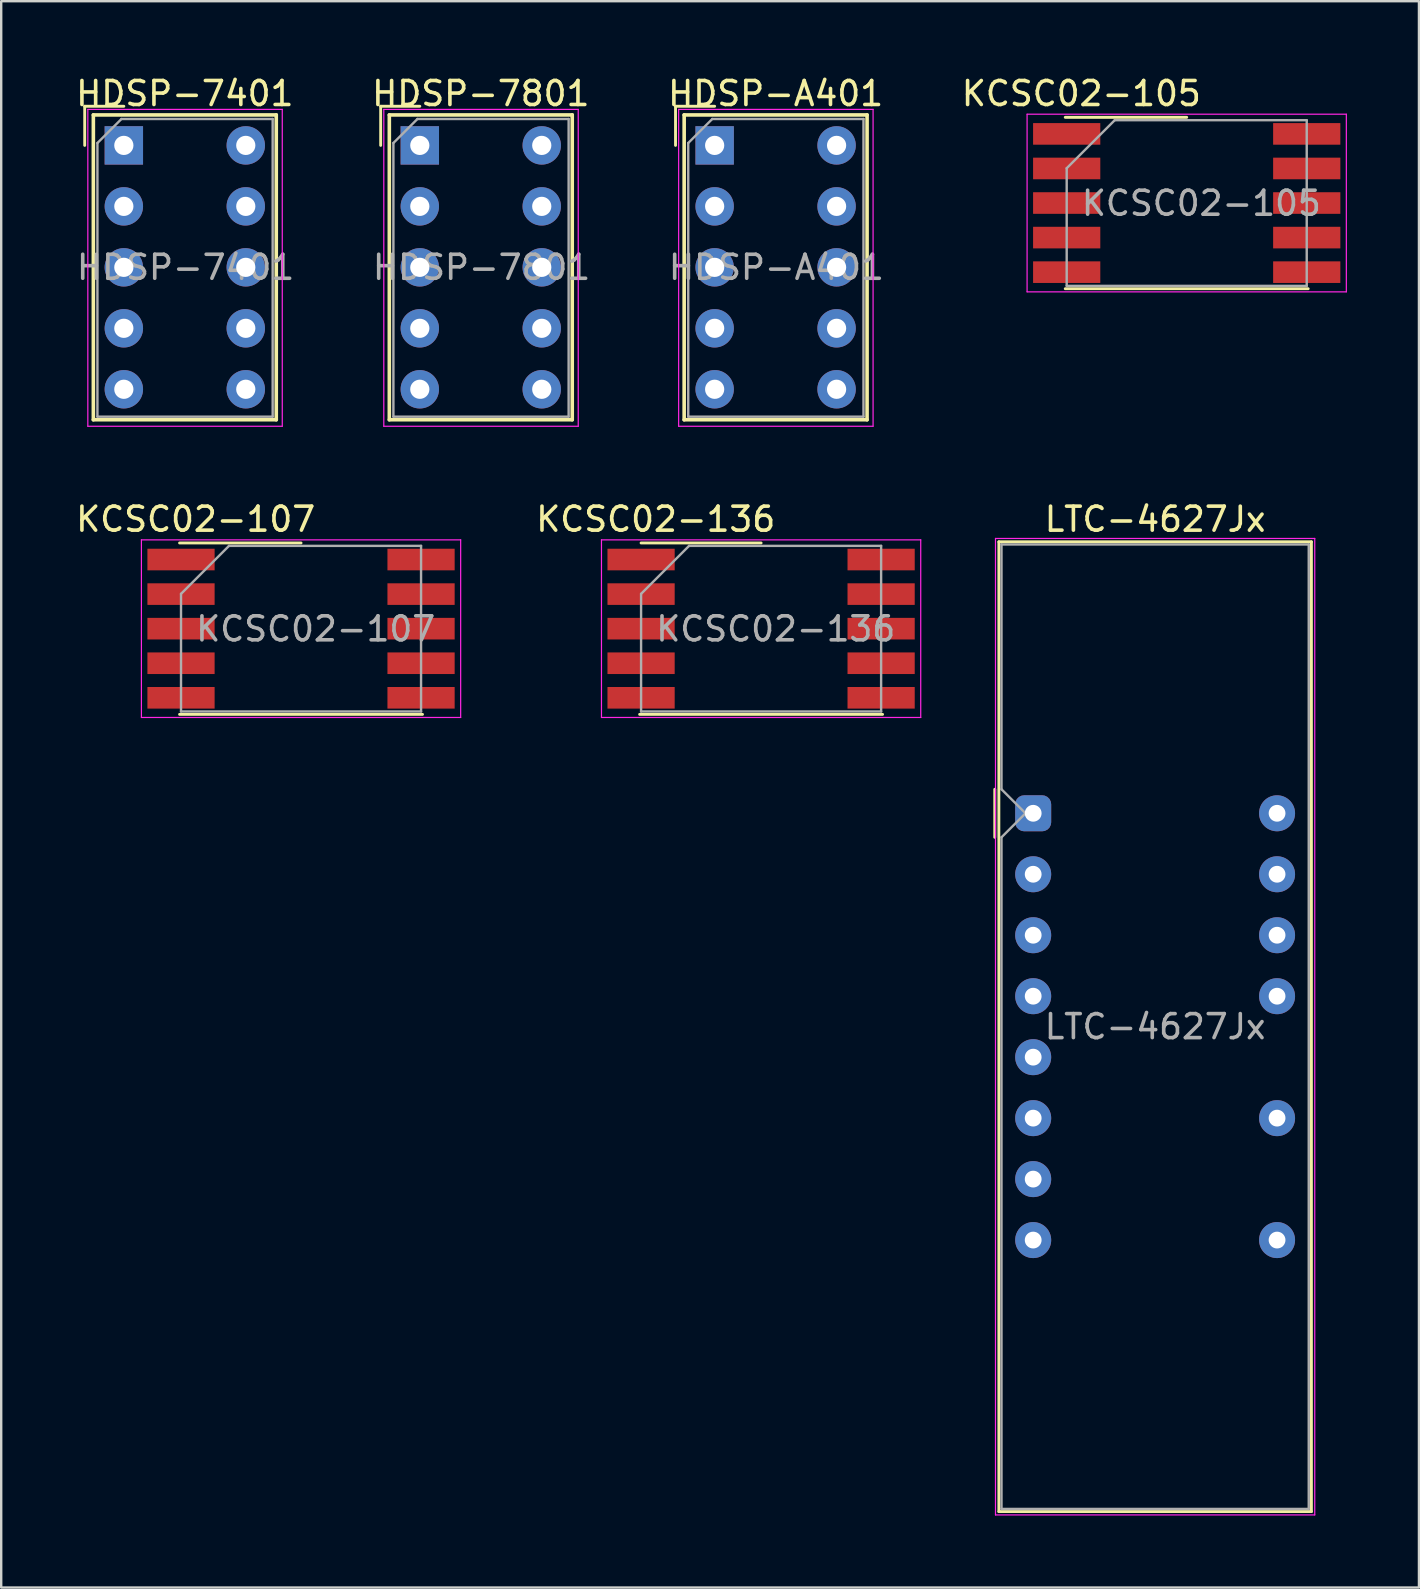
<source format=kicad_pcb>
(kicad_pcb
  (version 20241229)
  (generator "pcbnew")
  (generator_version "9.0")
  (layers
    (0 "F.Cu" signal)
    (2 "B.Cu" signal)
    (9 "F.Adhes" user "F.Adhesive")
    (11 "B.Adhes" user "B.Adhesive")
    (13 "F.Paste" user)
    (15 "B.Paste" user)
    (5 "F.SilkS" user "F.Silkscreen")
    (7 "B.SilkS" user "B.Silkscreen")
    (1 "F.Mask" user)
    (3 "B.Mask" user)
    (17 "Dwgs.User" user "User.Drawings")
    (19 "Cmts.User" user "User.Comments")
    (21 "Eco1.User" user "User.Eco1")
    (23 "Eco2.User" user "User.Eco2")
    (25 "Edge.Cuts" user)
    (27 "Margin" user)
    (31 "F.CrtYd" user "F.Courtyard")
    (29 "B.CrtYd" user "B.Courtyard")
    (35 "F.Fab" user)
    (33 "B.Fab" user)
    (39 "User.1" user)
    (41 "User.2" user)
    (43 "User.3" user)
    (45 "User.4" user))
  (footprint "HDSP-A401"
    (layer "F.Cu")
    (at 26.722 3.007)
    (property "Reference" "HDSP-A401" (at 2.54 -2.159 0) (layer "F.SilkS") (effects (font (size 1 1) (thickness 0.15))))
    (attr through_hole)
    (fp_line (start -1.63 -1.63) (end 0 -1.63) (stroke (width 0.12) (type solid)) (layer "F.SilkS"))
    (fp_line (start -1.63 0) (end -1.63 -1.63) (stroke (width 0.12) (type solid)) (layer "F.SilkS"))
    (fp_line (start -1.27 -1.27) (end -1.27 11.43) (stroke (width 0.15) (type solid)) (layer "F.SilkS"))
    (fp_line (start -1.27 11.43) (end 6.35 11.43) (stroke (width 0.15) (type solid)) (layer "F.SilkS"))
    (fp_line (start 6.35 -1.27) (end -1.27 -1.27) (stroke (width 0.15) (type solid)) (layer "F.SilkS"))
    (fp_line (start 6.35 11.43) (end 6.35 -1.27) (stroke (width 0.15) (type solid)) (layer "F.SilkS"))
    (fp_line (start -1.5 -1.5) (end 6.6 -1.5) (stroke (width 0.05) (type solid)) (layer "F.CrtYd"))
    (fp_line (start -1.5 11.7) (end -1.5 -1.5) (stroke (width 0.05) (type solid)) (layer "F.CrtYd"))
    (fp_line (start 6.6 -1.5) (end 6.6 11.7) (stroke (width 0.05) (type solid)) (layer "F.CrtYd"))
    (fp_line (start 6.6 11.7) (end -1.5 11.7) (stroke (width 0.05) (type solid)) (layer "F.CrtYd"))
    (fp_line (start -1.1 -0.1) (end -0.1 -1.1) (stroke (width 0.1) (type solid)) (layer "F.Fab"))
    (fp_line (start -1.1 11.3) (end -1.1 -0.1) (stroke (width 0.1) (type solid)) (layer "F.Fab"))
    (fp_line (start -0.1 -1.1) (end 6.2 -1.1) (stroke (width 0.1) (type solid)) (layer "F.Fab"))
    (fp_line (start 6.2 -1.1) (end 6.2 11.3) (stroke (width 0.1) (type solid)) (layer "F.Fab"))
    (fp_line (start 6.2 11.3) (end -1.1 11.3) (stroke (width 0.1) (type solid)) (layer "F.Fab"))
    (fp_text user "${REFERENCE}" (at 2.573 5.08 0) (layer "F.Fab") (effects (font (size 1 1) (thickness 0.15))))
    (pad "1" thru_hole rect (at 0 0) (size 1.6 1.6) (drill 0.8) (layers "*.Cu" "*.Mask"))
    (pad "2" thru_hole circle (at 0 2.54) (size 1.6 1.6) (drill 0.8) (layers "*.Cu" "*.Mask"))
    (pad "3" thru_hole circle (at 0 5.08) (size 1.6 1.6) (drill 0.8) (layers "*.Cu" "*.Mask"))
    (pad "4" thru_hole circle (at 0 7.62) (size 1.6 1.6) (drill 0.8) (layers "*.Cu" "*.Mask"))
    (pad "5" thru_hole circle (at 0 10.16) (size 1.6 1.6) (drill 0.8) (layers "*.Cu" "*.Mask"))
    (pad "6" thru_hole circle (at 5.08 10.16) (size 1.6 1.6) (drill 0.8) (layers "*.Cu" "*.Mask"))
    (pad "7" thru_hole circle (at 5.08 7.62) (size 1.6 1.6) (drill 0.8) (layers "*.Cu" "*.Mask"))
    (pad "8" thru_hole circle (at 5.08 5.08) (size 1.6 1.6) (drill 0.8) (layers "*.Cu" "*.Mask"))
    (pad "9" thru_hole circle (at 5.08 2.54) (size 1.6 1.6) (drill 0.8) (layers "*.Cu" "*.Mask"))
    (pad "10" thru_hole circle (at 5.08 0) (size 1.6 1.6) (drill 0.8) (layers "*.Cu" "*.Mask")))
  (footprint "KCSC02-136"
    (layer "F.Cu")
    (at 28.657 23.14)
    (property "Reference" "KCSC02-136" (at -4.39 -4.56 0) (layer "F.SilkS") (effects (font (size 1 1) (thickness 0.15))))
    (attr smd)
    (fp_line (start -5 -3.57) (end 0 -3.57) (stroke (width 0.12) (type solid)) (layer "F.SilkS"))
    (fp_line (start 5.06 3.57) (end -5.06 3.57) (stroke (width 0.12) (type solid)) (layer "F.SilkS"))
    (fp_line (start -6.65 -3.7) (end -6.65 3.7) (stroke (width 0.05) (type solid)) (layer "F.CrtYd"))
    (fp_line (start -6.65 -3.7) (end 6.65 -3.7) (stroke (width 0.05) (type solid)) (layer "F.CrtYd"))
    (fp_line (start 6.65 -3.7) (end 6.65 3.7) (stroke (width 0.05) (type solid)) (layer "F.CrtYd"))
    (fp_line (start 6.65 3.7) (end -6.65 3.7) (stroke (width 0.05) (type solid)) (layer "F.CrtYd"))
    (fp_line (start -5 -1.45) (end -3 -3.45) (stroke (width 0.1) (type solid)) (layer "F.Fab"))
    (fp_line (start -5 3.45) (end -5 -1.45) (stroke (width 0.1) (type solid)) (layer "F.Fab"))
    (fp_line (start -3 -3.45) (end 5 -3.45) (stroke (width 0.1) (type solid)) (layer "F.Fab"))
    (fp_line (start 5 -3.45) (end 5 3.45) (stroke (width 0.1) (type solid)) (layer "F.Fab"))
    (fp_line (start 5 3.45) (end -5 3.45) (stroke (width 0.1) (type solid)) (layer "F.Fab"))
    (fp_text user "${REFERENCE}" (at 0.61 0.01 0) (layer "F.Fab") (effects (font (size 1 1) (thickness 0.15))))
    (pad "1" smd rect (at -5 -2.88) (size 2.8 0.9) (layers "F.Cu" "F.Mask" "F.Paste"))
    (pad "2" smd rect (at -5 -1.44) (size 2.8 0.9) (layers "F.Cu" "F.Mask" "F.Paste"))
    (pad "3" smd rect (at -5 0) (size 2.8 0.9) (layers "F.Cu" "F.Mask" "F.Paste"))
    (pad "4" smd rect (at -5 1.44) (size 2.8 0.9) (layers "F.Cu" "F.Mask" "F.Paste"))
    (pad "5" smd rect (at -5 2.88) (size 2.8 0.9) (layers "F.Cu" "F.Mask" "F.Paste"))
    (pad "6" smd rect (at 5 2.88) (size 2.8 0.9) (layers "F.Cu" "F.Mask" "F.Paste"))
    (pad "7" smd rect (at 5 1.44) (size 2.8 0.9) (layers "F.Cu" "F.Mask" "F.Paste"))
    (pad "8" smd rect (at 5 0) (size 2.8 0.9) (layers "F.Cu" "F.Mask" "F.Paste"))
    (pad "9" smd rect (at 5 -1.44) (size 2.8 0.9) (layers "F.Cu" "F.Mask" "F.Paste"))
    (pad "10" smd rect (at 5 -2.88) (size 2.8 0.9) (layers "F.Cu" "F.Mask" "F.Paste")))
  (footprint "KCSC02-105"
    (layer "F.Cu")
    (at 46.388 5.408)
    (property "Reference" "KCSC02-105" (at -4.39 -4.56 0) (layer "F.SilkS") (effects (font (size 1 1) (thickness 0.15))))
    (attr smd)
    (fp_line (start -5.06 -3.57) (end 0 -3.57) (stroke (width 0.12) (type solid)) (layer "F.SilkS"))
    (fp_line (start 5.06 3.57) (end -5.06 3.57) (stroke (width 0.12) (type solid)) (layer "F.SilkS"))
    (fp_line (start -6.65 -3.7) (end -6.65 3.7) (stroke (width 0.05) (type solid)) (layer "F.CrtYd"))
    (fp_line (start -6.65 -3.7) (end 6.65 -3.7) (stroke (width 0.05) (type solid)) (layer "F.CrtYd"))
    (fp_line (start 6.65 -3.7) (end 6.65 3.7) (stroke (width 0.05) (type solid)) (layer "F.CrtYd"))
    (fp_line (start 6.65 3.7) (end -6.65 3.7) (stroke (width 0.05) (type solid)) (layer "F.CrtYd"))
    (fp_line (start -5 -1.45) (end -3 -3.45) (stroke (width 0.1) (type solid)) (layer "F.Fab"))
    (fp_line (start -5 3.45) (end -5 -1.45) (stroke (width 0.1) (type solid)) (layer "F.Fab"))
    (fp_line (start -3 -3.45) (end 5 -3.45) (stroke (width 0.1) (type solid)) (layer "F.Fab"))
    (fp_line (start 5 -3.45) (end 5 3.45) (stroke (width 0.1) (type solid)) (layer "F.Fab"))
    (fp_line (start 5 3.45) (end -5 3.45) (stroke (width 0.1) (type solid)) (layer "F.Fab"))
    (fp_text user "${REFERENCE}" (at 0.61 0.01 0) (layer "F.Fab") (effects (font (size 1 1) (thickness 0.15))))
    (pad "1" smd rect (at -5 -2.88) (size 2.8 0.9) (layers "F.Cu" "F.Mask" "F.Paste"))
    (pad "2" smd rect (at -5 -1.44) (size 2.8 0.9) (layers "F.Cu" "F.Mask" "F.Paste"))
    (pad "3" smd rect (at -5 0) (size 2.8 0.9) (layers "F.Cu" "F.Mask" "F.Paste"))
    (pad "4" smd rect (at -5 1.44) (size 2.8 0.9) (layers "F.Cu" "F.Mask" "F.Paste"))
    (pad "5" smd rect (at -5 2.88) (size 2.8 0.9) (layers "F.Cu" "F.Mask" "F.Paste"))
    (pad "6" smd rect (at 5 2.88) (size 2.8 0.9) (layers "F.Cu" "F.Mask" "F.Paste"))
    (pad "7" smd rect (at 5 1.44) (size 2.8 0.9) (layers "F.Cu" "F.Mask" "F.Paste"))
    (pad "8" smd rect (at 5 0) (size 2.8 0.9) (layers "F.Cu" "F.Mask" "F.Paste"))
    (pad "9" smd rect (at 5 -1.44) (size 2.8 0.9) (layers "F.Cu" "F.Mask" "F.Paste"))
    (pad "10" smd rect (at 5 -2.88) (size 2.8 0.9) (layers "F.Cu" "F.Mask" "F.Paste")))
  (footprint "LTC-4627Jx"
    (layer "F.Cu")
    (at 39.992 30.831)
    (property "Reference" "LTC-4627Jx" (at 5.08 -12.25 0) (layer "F.SilkS") (effects (font (size 1 1) (thickness 0.15))))
    (attr through_hole)
    (fp_line (start -1.6 -1) (end -1.6 1) (stroke (width 0.12) (type solid)) (layer "F.SilkS"))
    (fp_line (start -1.43 -11.31) (end -1.43 29.09) (stroke (width 0.12) (type solid)) (layer "F.SilkS"))
    (fp_line (start -1.43 -11.31) (end 11.59 -11.31) (stroke (width 0.12) (type solid)) (layer "F.SilkS"))
    (fp_line (start -1.43 29.09) (end 11.59 29.09) (stroke (width 0.12) (type solid)) (layer "F.SilkS"))
    (fp_line (start 11.59 -11.31) (end 11.59 29.09) (stroke (width 0.12) (type solid)) (layer "F.SilkS"))
    (fp_line (start -1.57 -11.45) (end -1.57 29.23) (stroke (width 0.05) (type solid)) (layer "F.CrtYd"))
    (fp_line (start -1.57 -11.45) (end 11.73 -11.45) (stroke (width 0.05) (type solid)) (layer "F.CrtYd"))
    (fp_line (start -1.57 29.23) (end 11.73 29.23) (stroke (width 0.05) (type solid)) (layer "F.CrtYd"))
    (fp_line (start 11.73 -11.45) (end 11.73 29.23) (stroke (width 0.05) (type solid)) (layer "F.CrtYd"))
    (fp_line (start -1.32 -11.2) (end -1.32 -1) (stroke (width 0.1) (type solid)) (layer "F.Fab"))
    (fp_line (start -1.32 -11.2) (end 11.48 -11.2) (stroke (width 0.1) (type solid)) (layer "F.Fab"))
    (fp_line (start -1.32 -1) (end -0.32 0) (stroke (width 0.1) (type solid)) (layer "F.Fab"))
    (fp_line (start -1.32 1) (end -1.32 28.98) (stroke (width 0.1) (type solid)) (layer "F.Fab"))
    (fp_line (start -1.32 28.98) (end 11.48 28.98) (stroke (width 0.1) (type solid)) (layer "F.Fab"))
    (fp_line (start -0.32 0) (end -1.32 1) (stroke (width 0.1) (type solid)) (layer "F.Fab"))
    (fp_line (start 11.48 -11.2) (end 11.48 28.98) (stroke (width 0.1) (type solid)) (layer "F.Fab"))
    (fp_text user "${REFERENCE}" (at 5.08 8.89 0) (layer "F.Fab") (effects (font (size 1 1) (thickness 0.15))))
    (pad "1" thru_hole roundrect (at 0 0) (size 1.5 1.5) (drill 0.7) (layers "*.Cu" "*.Mask") (roundrect_rratio 0.25))
    (pad "2" thru_hole circle (at 0 2.54) (size 1.5 1.5) (drill 0.7) (layers "*.Cu" "*.Mask"))
    (pad "3" thru_hole circle (at 0 5.08) (size 1.5 1.5) (drill 0.7) (layers "*.Cu" "*.Mask"))
    (pad "4" thru_hole circle (at 0 7.62) (size 1.5 1.5) (drill 0.7) (layers "*.Cu" "*.Mask"))
    (pad "5" thru_hole circle (at 0 10.16) (size 1.5 1.5) (drill 0.7) (layers "*.Cu" "*.Mask"))
    (pad "6" thru_hole circle (at 0 12.7) (size 1.5 1.5) (drill 0.7) (layers "*.Cu" "*.Mask"))
    (pad "7" thru_hole circle (at 0 15.24) (size 1.5 1.5) (drill 0.7) (layers "*.Cu" "*.Mask"))
    (pad "8" thru_hole circle (at 0 17.78) (size 1.5 1.5) (drill 0.7) (layers "*.Cu" "*.Mask"))
    (pad "9" thru_hole circle (at 10.16 17.78) (size 1.5 1.5) (drill 0.7) (layers "*.Cu" "*.Mask"))
    (pad "11" thru_hole circle (at 10.16 12.7) (size 1.5 1.5) (drill 0.7) (layers "*.Cu" "*.Mask"))
    (pad "13" thru_hole circle (at 10.16 7.62) (size 1.5 1.5) (drill 0.7) (layers "*.Cu" "*.Mask"))
    (pad "14" thru_hole circle (at 10.16 5.08) (size 1.5 1.5) (drill 0.7) (layers "*.Cu" "*.Mask"))
    (pad "15" thru_hole circle (at 10.16 2.54) (size 1.5 1.5) (drill 0.7) (layers "*.Cu" "*.Mask"))
    (pad "16" thru_hole circle (at 10.16 0) (size 1.5 1.5) (drill 0.7) (layers "*.Cu" "*.Mask")))
  (footprint "HDSP-7801"
    (layer "F.Cu")
    (at 14.439 3.007)
    (property "Reference" "HDSP-7801" (at 2.54 -2.159 0) (layer "F.SilkS") (effects (font (size 1 1) (thickness 0.15))))
    (attr through_hole)
    (fp_line (start -1.63 -1.63) (end 0 -1.63) (stroke (width 0.12) (type solid)) (layer "F.SilkS"))
    (fp_line (start -1.63 0) (end -1.63 -1.63) (stroke (width 0.12) (type solid)) (layer "F.SilkS"))
    (fp_line (start -1.27 -1.27) (end -1.27 11.43) (stroke (width 0.15) (type solid)) (layer "F.SilkS"))
    (fp_line (start -1.27 11.43) (end 6.35 11.43) (stroke (width 0.15) (type solid)) (layer "F.SilkS"))
    (fp_line (start 6.35 -1.27) (end -1.27 -1.27) (stroke (width 0.15) (type solid)) (layer "F.SilkS"))
    (fp_line (start 6.35 11.43) (end 6.35 -1.27) (stroke (width 0.15) (type solid)) (layer "F.SilkS"))
    (fp_line (start -1.5 -1.5) (end 6.6 -1.5) (stroke (width 0.05) (type solid)) (layer "F.CrtYd"))
    (fp_line (start -1.5 11.7) (end -1.5 -1.5) (stroke (width 0.05) (type solid)) (layer "F.CrtYd"))
    (fp_line (start 6.6 -1.5) (end 6.6 11.7) (stroke (width 0.05) (type solid)) (layer "F.CrtYd"))
    (fp_line (start 6.6 11.7) (end -1.5 11.7) (stroke (width 0.05) (type solid)) (layer "F.CrtYd"))
    (fp_line (start -1.1 -0.1) (end -0.1 -1.1) (stroke (width 0.1) (type solid)) (layer "F.Fab"))
    (fp_line (start -1.1 11.3) (end -1.1 -0.1) (stroke (width 0.1) (type solid)) (layer "F.Fab"))
    (fp_line (start -0.1 -1.1) (end 6.2 -1.1) (stroke (width 0.1) (type solid)) (layer "F.Fab"))
    (fp_line (start 6.2 -1.1) (end 6.2 11.3) (stroke (width 0.1) (type solid)) (layer "F.Fab"))
    (fp_line (start 6.2 11.3) (end -1.1 11.3) (stroke (width 0.1) (type solid)) (layer "F.Fab"))
    (fp_text user "${REFERENCE}" (at 2.573 5.08 0) (layer "F.Fab") (effects (font (size 1 1) (thickness 0.15))))
    (pad "1" thru_hole rect (at 0 0) (size 1.6 1.6) (drill 0.8) (layers "*.Cu" "*.Mask"))
    (pad "2" thru_hole circle (at 0 2.54) (size 1.6 1.6) (drill 0.8) (layers "*.Cu" "*.Mask"))
    (pad "3" thru_hole circle (at 0 5.08) (size 1.6 1.6) (drill 0.8) (layers "*.Cu" "*.Mask"))
    (pad "4" thru_hole circle (at 0 7.62) (size 1.6 1.6) (drill 0.8) (layers "*.Cu" "*.Mask"))
    (pad "5" thru_hole circle (at 0 10.16) (size 1.6 1.6) (drill 0.8) (layers "*.Cu" "*.Mask"))
    (pad "6" thru_hole circle (at 5.08 10.16) (size 1.6 1.6) (drill 0.8) (layers "*.Cu" "*.Mask"))
    (pad "7" thru_hole circle (at 5.08 7.62) (size 1.6 1.6) (drill 0.8) (layers "*.Cu" "*.Mask"))
    (pad "8" thru_hole circle (at 5.08 5.08) (size 1.6 1.6) (drill 0.8) (layers "*.Cu" "*.Mask"))
    (pad "9" thru_hole circle (at 5.08 2.54) (size 1.6 1.6) (drill 0.8) (layers "*.Cu" "*.Mask"))
    (pad "10" thru_hole circle (at 5.08 0) (size 1.6 1.6) (drill 0.8) (layers "*.Cu" "*.Mask")))
  (footprint "KCSC02-107"
    (layer "F.Cu")
    (at 9.491 23.14)
    (property "Reference" "KCSC02-107" (at -4.39 -4.56 0) (layer "F.SilkS") (effects (font (size 1 1) (thickness 0.15))))
    (attr smd)
    (fp_line (start -5.06 -3.57) (end 0 -3.57) (stroke (width 0.12) (type solid)) (layer "F.SilkS"))
    (fp_line (start 5.06 3.57) (end -5.06 3.57) (stroke (width 0.12) (type solid)) (layer "F.SilkS"))
    (fp_line (start -6.65 -3.7) (end -6.65 3.7) (stroke (width 0.05) (type solid)) (layer "F.CrtYd"))
    (fp_line (start -6.65 -3.7) (end 6.65 -3.7) (stroke (width 0.05) (type solid)) (layer "F.CrtYd"))
    (fp_line (start 6.65 -3.7) (end 6.65 3.7) (stroke (width 0.05) (type solid)) (layer "F.CrtYd"))
    (fp_line (start 6.65 3.7) (end -6.65 3.7) (stroke (width 0.05) (type solid)) (layer "F.CrtYd"))
    (fp_line (start -5 -1.45) (end -3 -3.45) (stroke (width 0.1) (type solid)) (layer "F.Fab"))
    (fp_line (start -5 3.45) (end -5 -1.45) (stroke (width 0.1) (type solid)) (layer "F.Fab"))
    (fp_line (start -3 -3.45) (end 5 -3.45) (stroke (width 0.1) (type solid)) (layer "F.Fab"))
    (fp_line (start 5 -3.45) (end 5 3.45) (stroke (width 0.1) (type solid)) (layer "F.Fab"))
    (fp_line (start 5 3.45) (end -5 3.45) (stroke (width 0.1) (type solid)) (layer "F.Fab"))
    (fp_text user "${REFERENCE}" (at 0.61 0.01 0) (layer "F.Fab") (effects (font (size 1 1) (thickness 0.15))))
    (pad "1" smd rect (at -5 -2.88) (size 2.8 0.9) (layers "F.Cu" "F.Mask" "F.Paste"))
    (pad "2" smd rect (at -5 -1.44) (size 2.8 0.9) (layers "F.Cu" "F.Mask" "F.Paste"))
    (pad "3" smd rect (at -5 0) (size 2.8 0.9) (layers "F.Cu" "F.Mask" "F.Paste"))
    (pad "4" smd rect (at -5 1.44) (size 2.8 0.9) (layers "F.Cu" "F.Mask" "F.Paste"))
    (pad "5" smd rect (at -5 2.88) (size 2.8 0.9) (layers "F.Cu" "F.Mask" "F.Paste"))
    (pad "6" smd rect (at 5 2.88) (size 2.8 0.9) (layers "F.Cu" "F.Mask" "F.Paste"))
    (pad "7" smd rect (at 5 1.44) (size 2.8 0.9) (layers "F.Cu" "F.Mask" "F.Paste"))
    (pad "8" smd rect (at 5 0) (size 2.8 0.9) (layers "F.Cu" "F.Mask" "F.Paste"))
    (pad "9" smd rect (at 5 -1.44) (size 2.8 0.9) (layers "F.Cu" "F.Mask" "F.Paste"))
    (pad "10" smd rect (at 5 -2.88) (size 2.8 0.9) (layers "F.Cu" "F.Mask" "F.Paste")))
  (footprint "HDSP-7401"
    (layer "F.Cu")
    (at 2.109 3.007)
    (property "Reference" "HDSP-7401" (at 2.54 -2.159 0) (layer "F.SilkS") (effects (font (size 1 1) (thickness 0.15))))
    (attr through_hole)
    (fp_line (start -1.63 -1.63) (end 0 -1.63) (stroke (width 0.12) (type solid)) (layer "F.SilkS"))
    (fp_line (start -1.63 0) (end -1.63 -1.63) (stroke (width 0.12) (type solid)) (layer "F.SilkS"))
    (fp_line (start -1.27 -1.27) (end -1.27 11.43) (stroke (width 0.15) (type solid)) (layer "F.SilkS"))
    (fp_line (start -1.27 11.43) (end 6.35 11.43) (stroke (width 0.15) (type solid)) (layer "F.SilkS"))
    (fp_line (start 6.35 -1.27) (end -1.27 -1.27) (stroke (width 0.15) (type solid)) (layer "F.SilkS"))
    (fp_line (start 6.35 11.43) (end 6.35 -1.27) (stroke (width 0.15) (type solid)) (layer "F.SilkS"))
    (fp_line (start -1.5 -1.5) (end 6.6 -1.5) (stroke (width 0.05) (type solid)) (layer "F.CrtYd"))
    (fp_line (start -1.5 11.7) (end -1.5 -1.5) (stroke (width 0.05) (type solid)) (layer "F.CrtYd"))
    (fp_line (start 6.6 -1.5) (end 6.6 11.7) (stroke (width 0.05) (type solid)) (layer "F.CrtYd"))
    (fp_line (start 6.6 11.7) (end -1.5 11.7) (stroke (width 0.05) (type solid)) (layer "F.CrtYd"))
    (fp_line (start -1.1 -0.1) (end -0.1 -1.1) (stroke (width 0.1) (type solid)) (layer "F.Fab"))
    (fp_line (start -1.1 11.3) (end -1.1 -0.1) (stroke (width 0.1) (type solid)) (layer "F.Fab"))
    (fp_line (start -0.1 -1.1) (end 6.2 -1.1) (stroke (width 0.1) (type solid)) (layer "F.Fab"))
    (fp_line (start 6.2 -1.1) (end 6.2 11.3) (stroke (width 0.1) (type solid)) (layer "F.Fab"))
    (fp_line (start 6.2 11.3) (end -1.1 11.3) (stroke (width 0.1) (type solid)) (layer "F.Fab"))
    (fp_text user "${REFERENCE}" (at 2.573 5.08 0) (layer "F.Fab") (effects (font (size 1 1) (thickness 0.15))))
    (pad "1" thru_hole rect (at 0 0) (size 1.6 1.6) (drill 0.8) (layers "*.Cu" "*.Mask"))
    (pad "2" thru_hole circle (at 0 2.54) (size 1.6 1.6) (drill 0.8) (layers "*.Cu" "*.Mask"))
    (pad "3" thru_hole circle (at 0 5.08) (size 1.6 1.6) (drill 0.8) (layers "*.Cu" "*.Mask"))
    (pad "4" thru_hole circle (at 0 7.62) (size 1.6 1.6) (drill 0.8) (layers "*.Cu" "*.Mask"))
    (pad "5" thru_hole circle (at 0 10.16) (size 1.6 1.6) (drill 0.8) (layers "*.Cu" "*.Mask"))
    (pad "6" thru_hole circle (at 5.08 10.16) (size 1.6 1.6) (drill 0.8) (layers "*.Cu" "*.Mask"))
    (pad "7" thru_hole circle (at 5.08 7.62) (size 1.6 1.6) (drill 0.8) (layers "*.Cu" "*.Mask"))
    (pad "8" thru_hole circle (at 5.08 5.08) (size 1.6 1.6) (drill 0.8) (layers "*.Cu" "*.Mask"))
    (pad "9" thru_hole circle (at 5.08 2.54) (size 1.6 1.6) (drill 0.8) (layers "*.Cu" "*.Mask"))
    (pad "10" thru_hole circle (at 5.08 0) (size 1.6 1.6) (drill 0.8) (layers "*.Cu" "*.Mask")))
  (gr_rect
    (start -3 -3)
    (end 56.063 63.086)
    (stroke (width 0.1) (type default))
    (fill no)
    (layer "Edge.Cuts")))
</source>
